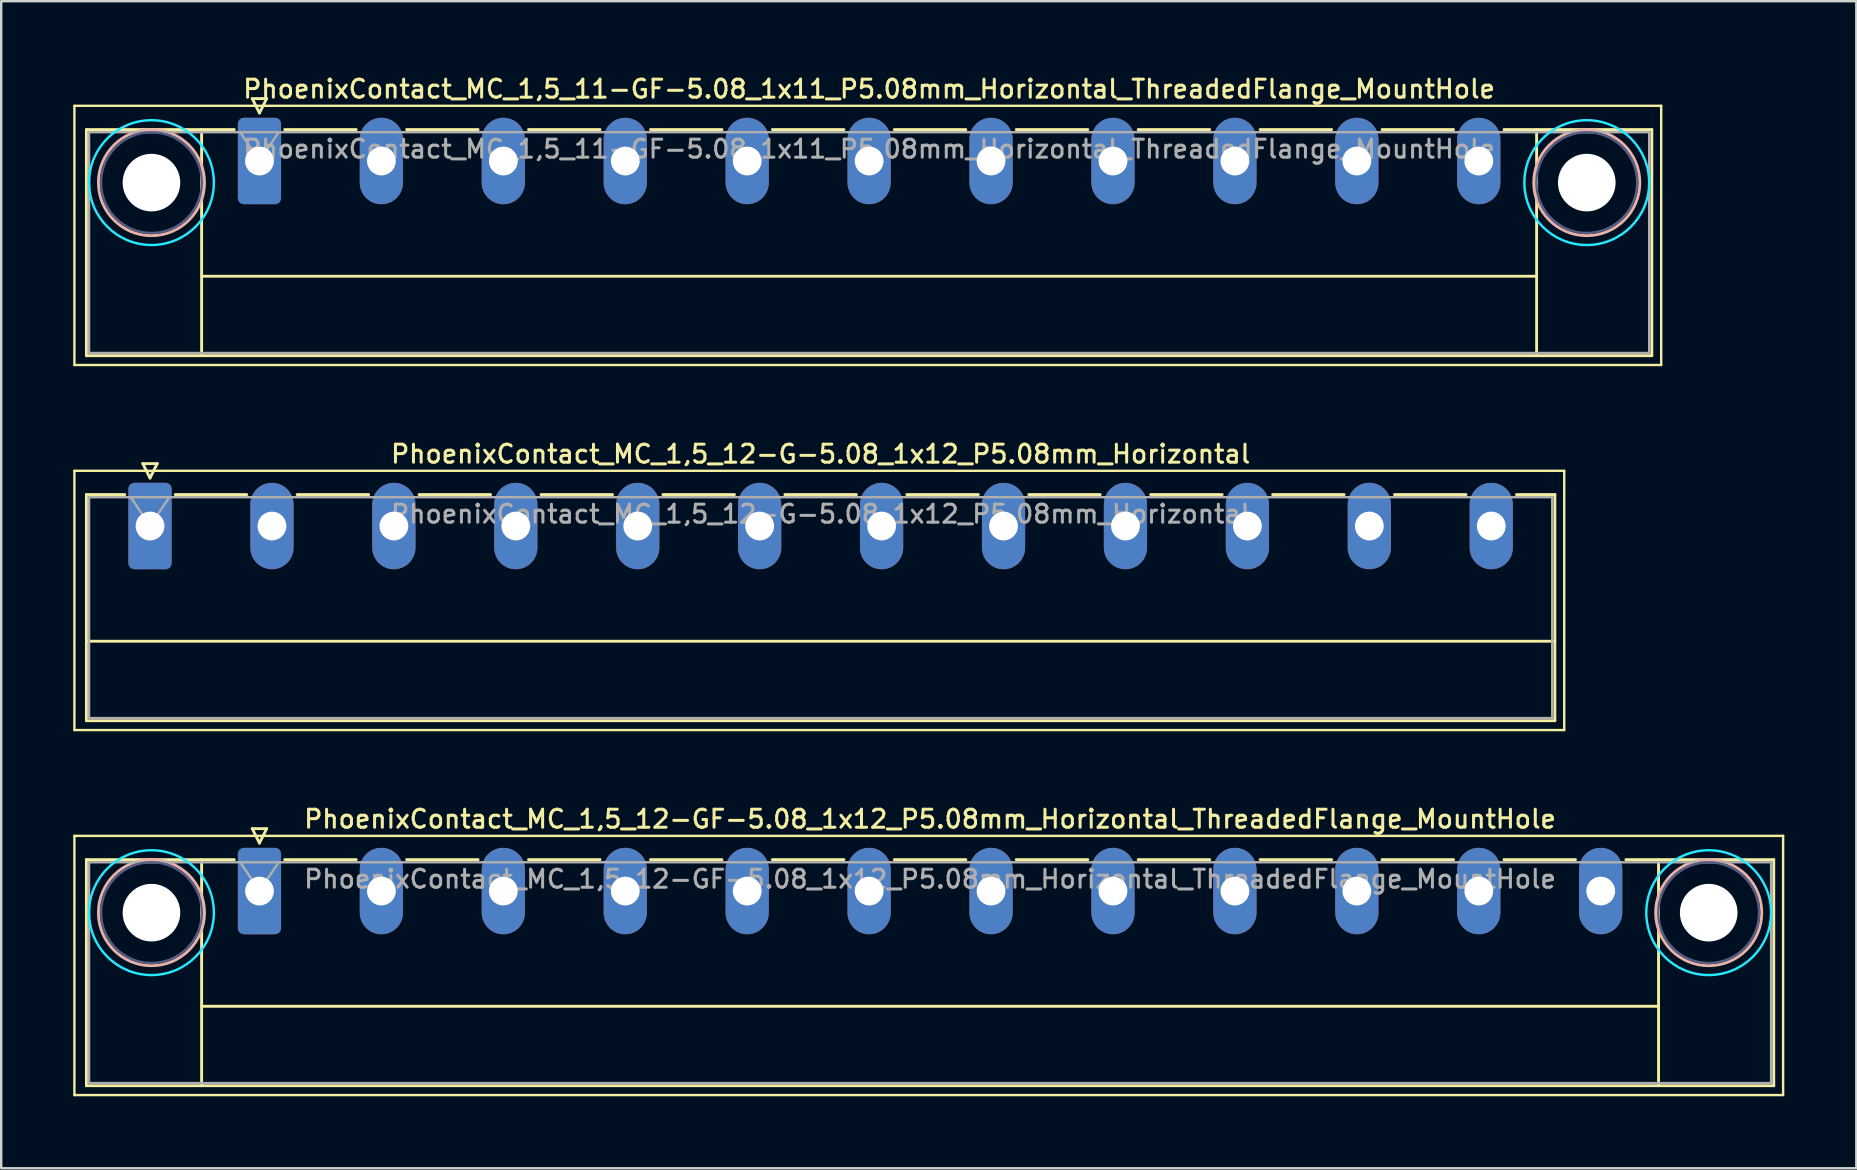
<source format=kicad_pcb>
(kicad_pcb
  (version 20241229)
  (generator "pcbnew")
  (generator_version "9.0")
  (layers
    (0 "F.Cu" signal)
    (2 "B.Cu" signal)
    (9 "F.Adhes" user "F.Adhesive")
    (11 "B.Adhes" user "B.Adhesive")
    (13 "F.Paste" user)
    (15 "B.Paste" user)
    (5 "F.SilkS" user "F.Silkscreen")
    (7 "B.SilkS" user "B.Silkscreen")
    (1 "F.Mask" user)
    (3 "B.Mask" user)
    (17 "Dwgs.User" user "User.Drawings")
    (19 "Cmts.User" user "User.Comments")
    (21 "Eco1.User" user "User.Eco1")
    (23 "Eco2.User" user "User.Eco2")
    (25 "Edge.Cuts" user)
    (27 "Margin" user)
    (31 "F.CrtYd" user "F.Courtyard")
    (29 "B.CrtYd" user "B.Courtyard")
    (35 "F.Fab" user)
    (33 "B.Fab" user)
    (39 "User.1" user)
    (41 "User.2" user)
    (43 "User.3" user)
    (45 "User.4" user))
  (footprint "PhoenixContact_MC_1,5_12-GF-5.08_1x12_P5.08mm_Horizontal_ThreadedFlange_MountHole"
    (layer "F.Cu")
    (at 7.76 34.074)
    (property "Reference" "PhoenixContact_MC_1,5_12-GF-5.08_1x12_P5.08mm_Horizontal_ThreadedFlange_MountHole" (at 27.94 -3 0) (layer "F.SilkS") (effects (font (size 0.75 0.75) (thickness 0.125))))
    (attr through_hole)
    (fp_line (start -7.71 -2.3) (end -7.71 8.5) (stroke (width 0.1) (type solid)) (layer "F.SilkS"))
    (fp_line (start -7.71 8.5) (end 63.48 8.5) (stroke (width 0.1) (type solid)) (layer "F.SilkS"))
    (fp_line (start -7.21 -1.31) (end -7.21 8.11) (stroke (width 0.12) (type solid)) (layer "F.SilkS"))
    (fp_line (start -7.21 -1.31) (end -1.05 -1.31) (stroke (width 0.12) (type solid)) (layer "F.SilkS"))
    (fp_line (start -7.21 8.11) (end 63.09 8.11) (stroke (width 0.12) (type solid)) (layer "F.SilkS"))
    (fp_line (start -2.41 -1.31) (end -2.41 8.11) (stroke (width 0.12) (type solid)) (layer "F.SilkS"))
    (fp_line (start -2.41 4.8) (end 58.29 4.8) (stroke (width 0.12) (type solid)) (layer "F.SilkS"))
    (fp_line (start -0.3 -2.6) (end 0.3 -2.6) (stroke (width 0.12) (type solid)) (layer "F.SilkS"))
    (fp_line (start 0 -2) (end -0.3 -2.6) (stroke (width 0.12) (type solid)) (layer "F.SilkS"))
    (fp_line (start 0.3 -2.6) (end 0 -2) (stroke (width 0.12) (type solid)) (layer "F.SilkS"))
    (fp_line (start 1.05 -1.31) (end 4.03 -1.31) (stroke (width 0.12) (type solid)) (layer "F.SilkS"))
    (fp_line (start 6.13 -1.31) (end 9.11 -1.31) (stroke (width 0.12) (type solid)) (layer "F.SilkS"))
    (fp_line (start 11.21 -1.31) (end 14.19 -1.31) (stroke (width 0.12) (type solid)) (layer "F.SilkS"))
    (fp_line (start 16.29 -1.31) (end 19.27 -1.31) (stroke (width 0.12) (type solid)) (layer "F.SilkS"))
    (fp_line (start 21.37 -1.31) (end 24.35 -1.31) (stroke (width 0.12) (type solid)) (layer "F.SilkS"))
    (fp_line (start 26.45 -1.31) (end 29.43 -1.31) (stroke (width 0.12) (type solid)) (layer "F.SilkS"))
    (fp_line (start 31.53 -1.31) (end 34.51 -1.31) (stroke (width 0.12) (type solid)) (layer "F.SilkS"))
    (fp_line (start 36.61 -1.31) (end 39.59 -1.31) (stroke (width 0.12) (type solid)) (layer "F.SilkS"))
    (fp_line (start 41.69 -1.31) (end 44.67 -1.31) (stroke (width 0.12) (type solid)) (layer "F.SilkS"))
    (fp_line (start 46.77 -1.31) (end 49.75 -1.31) (stroke (width 0.12) (type solid)) (layer "F.SilkS"))
    (fp_line (start 51.85 -1.31) (end 54.83 -1.31) (stroke (width 0.12) (type solid)) (layer "F.SilkS"))
    (fp_line (start 58.29 -1.31) (end 58.29 8.11) (stroke (width 0.12) (type solid)) (layer "F.SilkS"))
    (fp_line (start 63.09 -1.31) (end 56.93 -1.31) (stroke (width 0.12) (type solid)) (layer "F.SilkS"))
    (fp_line (start 63.09 8.11) (end 63.09 -1.31) (stroke (width 0.12) (type solid)) (layer "F.SilkS"))
    (fp_line (start 63.48 -2.3) (end -7.71 -2.3) (stroke (width 0.1) (type solid)) (layer "F.SilkS"))
    (fp_line (start 63.48 8.5) (end 63.48 -2.3) (stroke (width 0.1) (type solid)) (layer "F.SilkS"))
    (fp_circle (center -4.5 0.9) (end -2.29 0.9) (stroke (width 0.12) (type solid)) (fill no) (layer "B.SilkS"))
    (fp_circle (center 60.38 0.9) (end 62.59 0.9) (stroke (width 0.12) (type solid)) (fill no) (layer "B.SilkS"))
    (fp_circle (center -4.5 0.9) (end -1.9 0.9) (stroke (width 0.1) (type solid)) (fill no) (layer "B.CrtYd"))
    (fp_circle (center 60.38 0.9) (end 62.98 0.9) (stroke (width 0.1) (type solid)) (fill no) (layer "B.CrtYd"))
    (fp_circle (center -4.5 0.9) (end -2.4 0.9) (stroke (width 0.1) (type solid)) (fill no) (layer "B.Fab"))
    (fp_circle (center 60.38 0.9) (end 62.48 0.9) (stroke (width 0.1) (type solid)) (fill no) (layer "B.Fab"))
    (fp_line (start -7.1 -1.2) (end -7.1 8) (stroke (width 0.1) (type solid)) (layer "F.Fab"))
    (fp_line (start -7.1 8) (end 62.98 8) (stroke (width 0.1) (type solid)) (layer "F.Fab"))
    (fp_line (start 0 0) (end -0.8 -1.2) (stroke (width 0.1) (type solid)) (layer "F.Fab"))
    (fp_line (start 0.8 -1.2) (end 0 0) (stroke (width 0.1) (type solid)) (layer "F.Fab"))
    (fp_line (start 62.98 -1.2) (end -7.1 -1.2) (stroke (width 0.1) (type solid)) (layer "F.Fab"))
    (fp_line (start 62.98 8) (end 62.98 -1.2) (stroke (width 0.1) (type solid)) (layer "F.Fab"))
    (fp_text user "${REFERENCE}" (at 27.94 -0.5 0) (layer "F.Fab") (effects (font (size 0.75 0.75) (thickness 0.125))))
    (pad "" np_thru_hole circle (at -4.5 0.9) (size 2.4 2.4) (drill 2.4) (layers "*.Cu" "*.Mask"))
    (pad "" np_thru_hole circle (at 60.38 0.9) (size 2.4 2.4) (drill 2.4) (layers "*.Cu" "*.Mask"))
    (pad "1" thru_hole roundrect (at 0 0) (size 1.8 3.6) (drill 1.2) (layers "*.Cu" "*.Mask") (roundrect_rratio 0.139))
    (pad "2" thru_hole oval (at 5.08 0) (size 1.8 3.6) (drill 1.2) (layers "*.Cu" "*.Mask"))
    (pad "3" thru_hole oval (at 10.16 0) (size 1.8 3.6) (drill 1.2) (layers "*.Cu" "*.Mask"))
    (pad "4" thru_hole oval (at 15.24 0) (size 1.8 3.6) (drill 1.2) (layers "*.Cu" "*.Mask"))
    (pad "5" thru_hole oval (at 20.32 0) (size 1.8 3.6) (drill 1.2) (layers "*.Cu" "*.Mask"))
    (pad "6" thru_hole oval (at 25.4 0) (size 1.8 3.6) (drill 1.2) (layers "*.Cu" "*.Mask"))
    (pad "7" thru_hole oval (at 30.48 0) (size 1.8 3.6) (drill 1.2) (layers "*.Cu" "*.Mask"))
    (pad "8" thru_hole oval (at 35.56 0) (size 1.8 3.6) (drill 1.2) (layers "*.Cu" "*.Mask"))
    (pad "9" thru_hole oval (at 40.64 0) (size 1.8 3.6) (drill 1.2) (layers "*.Cu" "*.Mask"))
    (pad "10" thru_hole oval (at 45.72 0) (size 1.8 3.6) (drill 1.2) (layers "*.Cu" "*.Mask"))
    (pad "11" thru_hole oval (at 50.8 0) (size 1.8 3.6) (drill 1.2) (layers "*.Cu" "*.Mask"))
    (pad "12" thru_hole oval (at 55.88 0) (size 1.8 3.6) (drill 1.2) (layers "*.Cu" "*.Mask")))
  (footprint "PhoenixContact_MC_1,5_12-G-5.08_1x12_P5.08mm_Horizontal"
    (layer "F.Cu")
    (at 3.2 18.866)
    (property "Reference" "PhoenixContact_MC_1,5_12-G-5.08_1x12_P5.08mm_Horizontal" (at 27.94 -3 0) (layer "F.SilkS") (effects (font (size 0.75 0.75) (thickness 0.125))))
    (attr through_hole)
    (fp_line (start -3.15 -2.3) (end -3.15 8.5) (stroke (width 0.1) (type solid)) (layer "F.SilkS"))
    (fp_line (start -3.15 8.5) (end 58.92 8.5) (stroke (width 0.1) (type solid)) (layer "F.SilkS"))
    (fp_line (start -2.65 -1.31) (end -2.65 8.11) (stroke (width 0.12) (type solid)) (layer "F.SilkS"))
    (fp_line (start -2.65 -1.31) (end -1.05 -1.31) (stroke (width 0.12) (type solid)) (layer "F.SilkS"))
    (fp_line (start -2.65 4.8) (end 58.53 4.8) (stroke (width 0.12) (type solid)) (layer "F.SilkS"))
    (fp_line (start -2.65 8.11) (end 58.53 8.11) (stroke (width 0.12) (type solid)) (layer "F.SilkS"))
    (fp_line (start -0.3 -2.6) (end 0.3 -2.6) (stroke (width 0.12) (type solid)) (layer "F.SilkS"))
    (fp_line (start 0 -2) (end -0.3 -2.6) (stroke (width 0.12) (type solid)) (layer "F.SilkS"))
    (fp_line (start 0.3 -2.6) (end 0 -2) (stroke (width 0.12) (type solid)) (layer "F.SilkS"))
    (fp_line (start 1.05 -1.31) (end 4.03 -1.31) (stroke (width 0.12) (type solid)) (layer "F.SilkS"))
    (fp_line (start 6.13 -1.31) (end 9.11 -1.31) (stroke (width 0.12) (type solid)) (layer "F.SilkS"))
    (fp_line (start 11.21 -1.31) (end 14.19 -1.31) (stroke (width 0.12) (type solid)) (layer "F.SilkS"))
    (fp_line (start 16.29 -1.31) (end 19.27 -1.31) (stroke (width 0.12) (type solid)) (layer "F.SilkS"))
    (fp_line (start 21.37 -1.31) (end 24.35 -1.31) (stroke (width 0.12) (type solid)) (layer "F.SilkS"))
    (fp_line (start 26.45 -1.31) (end 29.43 -1.31) (stroke (width 0.12) (type solid)) (layer "F.SilkS"))
    (fp_line (start 31.53 -1.31) (end 34.51 -1.31) (stroke (width 0.12) (type solid)) (layer "F.SilkS"))
    (fp_line (start 36.61 -1.31) (end 39.59 -1.31) (stroke (width 0.12) (type solid)) (layer "F.SilkS"))
    (fp_line (start 41.69 -1.31) (end 44.67 -1.31) (stroke (width 0.12) (type solid)) (layer "F.SilkS"))
    (fp_line (start 46.77 -1.31) (end 49.75 -1.31) (stroke (width 0.12) (type solid)) (layer "F.SilkS"))
    (fp_line (start 51.85 -1.31) (end 54.83 -1.31) (stroke (width 0.12) (type solid)) (layer "F.SilkS"))
    (fp_line (start 58.53 -1.31) (end 56.93 -1.31) (stroke (width 0.12) (type solid)) (layer "F.SilkS"))
    (fp_line (start 58.53 8.11) (end 58.53 -1.31) (stroke (width 0.12) (type solid)) (layer "F.SilkS"))
    (fp_line (start 58.92 -2.3) (end -3.15 -2.3) (stroke (width 0.1) (type solid)) (layer "F.SilkS"))
    (fp_line (start 58.92 8.5) (end 58.92 -2.3) (stroke (width 0.1) (type solid)) (layer "F.SilkS"))
    (fp_line (start -2.54 -1.2) (end -2.54 8) (stroke (width 0.1) (type solid)) (layer "F.Fab"))
    (fp_line (start -2.54 8) (end 58.42 8) (stroke (width 0.1) (type solid)) (layer "F.Fab"))
    (fp_line (start 0 0) (end -0.8 -1.2) (stroke (width 0.1) (type solid)) (layer "F.Fab"))
    (fp_line (start 0.8 -1.2) (end 0 0) (stroke (width 0.1) (type solid)) (layer "F.Fab"))
    (fp_line (start 58.42 -1.2) (end -2.54 -1.2) (stroke (width 0.1) (type solid)) (layer "F.Fab"))
    (fp_line (start 58.42 8) (end 58.42 -1.2) (stroke (width 0.1) (type solid)) (layer "F.Fab"))
    (fp_text user "${REFERENCE}" (at 27.94 -0.5 0) (layer "F.Fab") (effects (font (size 0.75 0.75) (thickness 0.125))))
    (pad "1" thru_hole roundrect (at 0 0) (size 1.8 3.6) (drill 1.2) (layers "*.Cu" "*.Mask") (roundrect_rratio 0.139))
    (pad "2" thru_hole oval (at 5.08 0) (size 1.8 3.6) (drill 1.2) (layers "*.Cu" "*.Mask"))
    (pad "3" thru_hole oval (at 10.16 0) (size 1.8 3.6) (drill 1.2) (layers "*.Cu" "*.Mask"))
    (pad "4" thru_hole oval (at 15.24 0) (size 1.8 3.6) (drill 1.2) (layers "*.Cu" "*.Mask"))
    (pad "5" thru_hole oval (at 20.32 0) (size 1.8 3.6) (drill 1.2) (layers "*.Cu" "*.Mask"))
    (pad "6" thru_hole oval (at 25.4 0) (size 1.8 3.6) (drill 1.2) (layers "*.Cu" "*.Mask"))
    (pad "7" thru_hole oval (at 30.48 0) (size 1.8 3.6) (drill 1.2) (layers "*.Cu" "*.Mask"))
    (pad "8" thru_hole oval (at 35.56 0) (size 1.8 3.6) (drill 1.2) (layers "*.Cu" "*.Mask"))
    (pad "9" thru_hole oval (at 40.64 0) (size 1.8 3.6) (drill 1.2) (layers "*.Cu" "*.Mask"))
    (pad "10" thru_hole oval (at 45.72 0) (size 1.8 3.6) (drill 1.2) (layers "*.Cu" "*.Mask"))
    (pad "11" thru_hole oval (at 50.8 0) (size 1.8 3.6) (drill 1.2) (layers "*.Cu" "*.Mask"))
    (pad "12" thru_hole oval (at 55.88 0) (size 1.8 3.6) (drill 1.2) (layers "*.Cu" "*.Mask")))
  (footprint "PhoenixContact_MC_1,5_11-GF-5.08_1x11_P5.08mm_Horizontal_ThreadedFlange_MountHole"
    (layer "F.Cu")
    (at 7.76 3.658)
    (property "Reference" "PhoenixContact_MC_1,5_11-GF-5.08_1x11_P5.08mm_Horizontal_ThreadedFlange_MountHole" (at 25.4 -3 0) (layer "F.SilkS") (effects (font (size 0.75 0.75) (thickness 0.125))))
    (attr through_hole)
    (fp_line (start -7.71 -2.3) (end -7.71 8.5) (stroke (width 0.1) (type solid)) (layer "F.SilkS"))
    (fp_line (start -7.71 8.5) (end 58.4 8.5) (stroke (width 0.1) (type solid)) (layer "F.SilkS"))
    (fp_line (start -7.21 -1.31) (end -7.21 8.11) (stroke (width 0.12) (type solid)) (layer "F.SilkS"))
    (fp_line (start -7.21 -1.31) (end -1.05 -1.31) (stroke (width 0.12) (type solid)) (layer "F.SilkS"))
    (fp_line (start -7.21 8.11) (end 58.01 8.11) (stroke (width 0.12) (type solid)) (layer "F.SilkS"))
    (fp_line (start -2.41 -1.31) (end -2.41 8.11) (stroke (width 0.12) (type solid)) (layer "F.SilkS"))
    (fp_line (start -2.41 4.8) (end 53.21 4.8) (stroke (width 0.12) (type solid)) (layer "F.SilkS"))
    (fp_line (start -0.3 -2.6) (end 0.3 -2.6) (stroke (width 0.12) (type solid)) (layer "F.SilkS"))
    (fp_line (start 0 -2) (end -0.3 -2.6) (stroke (width 0.12) (type solid)) (layer "F.SilkS"))
    (fp_line (start 0.3 -2.6) (end 0 -2) (stroke (width 0.12) (type solid)) (layer "F.SilkS"))
    (fp_line (start 1.05 -1.31) (end 4.03 -1.31) (stroke (width 0.12) (type solid)) (layer "F.SilkS"))
    (fp_line (start 6.13 -1.31) (end 9.11 -1.31) (stroke (width 0.12) (type solid)) (layer "F.SilkS"))
    (fp_line (start 11.21 -1.31) (end 14.19 -1.31) (stroke (width 0.12) (type solid)) (layer "F.SilkS"))
    (fp_line (start 16.29 -1.31) (end 19.27 -1.31) (stroke (width 0.12) (type solid)) (layer "F.SilkS"))
    (fp_line (start 21.37 -1.31) (end 24.35 -1.31) (stroke (width 0.12) (type solid)) (layer "F.SilkS"))
    (fp_line (start 26.45 -1.31) (end 29.43 -1.31) (stroke (width 0.12) (type solid)) (layer "F.SilkS"))
    (fp_line (start 31.53 -1.31) (end 34.51 -1.31) (stroke (width 0.12) (type solid)) (layer "F.SilkS"))
    (fp_line (start 36.61 -1.31) (end 39.59 -1.31) (stroke (width 0.12) (type solid)) (layer "F.SilkS"))
    (fp_line (start 41.69 -1.31) (end 44.67 -1.31) (stroke (width 0.12) (type solid)) (layer "F.SilkS"))
    (fp_line (start 46.77 -1.31) (end 49.75 -1.31) (stroke (width 0.12) (type solid)) (layer "F.SilkS"))
    (fp_line (start 53.21 -1.31) (end 53.21 8.11) (stroke (width 0.12) (type solid)) (layer "F.SilkS"))
    (fp_line (start 58.01 -1.31) (end 51.85 -1.31) (stroke (width 0.12) (type solid)) (layer "F.SilkS"))
    (fp_line (start 58.01 8.11) (end 58.01 -1.31) (stroke (width 0.12) (type solid)) (layer "F.SilkS"))
    (fp_line (start 58.4 -2.3) (end -7.71 -2.3) (stroke (width 0.1) (type solid)) (layer "F.SilkS"))
    (fp_line (start 58.4 8.5) (end 58.4 -2.3) (stroke (width 0.1) (type solid)) (layer "F.SilkS"))
    (fp_circle (center -4.5 0.9) (end -2.29 0.9) (stroke (width 0.12) (type solid)) (fill no) (layer "B.SilkS"))
    (fp_circle (center 55.3 0.9) (end 57.51 0.9) (stroke (width 0.12) (type solid)) (fill no) (layer "B.SilkS"))
    (fp_circle (center -4.5 0.9) (end -1.9 0.9) (stroke (width 0.1) (type solid)) (fill no) (layer "B.CrtYd"))
    (fp_circle (center 55.3 0.9) (end 57.9 0.9) (stroke (width 0.1) (type solid)) (fill no) (layer "B.CrtYd"))
    (fp_circle (center -4.5 0.9) (end -2.4 0.9) (stroke (width 0.1) (type solid)) (fill no) (layer "B.Fab"))
    (fp_circle (center 55.3 0.9) (end 57.4 0.9) (stroke (width 0.1) (type solid)) (fill no) (layer "B.Fab"))
    (fp_line (start -7.1 -1.2) (end -7.1 8) (stroke (width 0.1) (type solid)) (layer "F.Fab"))
    (fp_line (start -7.1 8) (end 57.9 8) (stroke (width 0.1) (type solid)) (layer "F.Fab"))
    (fp_line (start 0 0) (end -0.8 -1.2) (stroke (width 0.1) (type solid)) (layer "F.Fab"))
    (fp_line (start 0.8 -1.2) (end 0 0) (stroke (width 0.1) (type solid)) (layer "F.Fab"))
    (fp_line (start 57.9 -1.2) (end -7.1 -1.2) (stroke (width 0.1) (type solid)) (layer "F.Fab"))
    (fp_line (start 57.9 8) (end 57.9 -1.2) (stroke (width 0.1) (type solid)) (layer "F.Fab"))
    (fp_text user "${REFERENCE}" (at 25.4 -0.5 0) (layer "F.Fab") (effects (font (size 0.75 0.75) (thickness 0.125))))
    (pad "" np_thru_hole circle (at -4.5 0.9) (size 2.4 2.4) (drill 2.4) (layers "*.Cu" "*.Mask"))
    (pad "" np_thru_hole circle (at 55.3 0.9) (size 2.4 2.4) (drill 2.4) (layers "*.Cu" "*.Mask"))
    (pad "1" thru_hole roundrect (at 0 0) (size 1.8 3.6) (drill 1.2) (layers "*.Cu" "*.Mask") (roundrect_rratio 0.139))
    (pad "2" thru_hole oval (at 5.08 0) (size 1.8 3.6) (drill 1.2) (layers "*.Cu" "*.Mask"))
    (pad "3" thru_hole oval (at 10.16 0) (size 1.8 3.6) (drill 1.2) (layers "*.Cu" "*.Mask"))
    (pad "4" thru_hole oval (at 15.24 0) (size 1.8 3.6) (drill 1.2) (layers "*.Cu" "*.Mask"))
    (pad "5" thru_hole oval (at 20.32 0) (size 1.8 3.6) (drill 1.2) (layers "*.Cu" "*.Mask"))
    (pad "6" thru_hole oval (at 25.4 0) (size 1.8 3.6) (drill 1.2) (layers "*.Cu" "*.Mask"))
    (pad "7" thru_hole oval (at 30.48 0) (size 1.8 3.6) (drill 1.2) (layers "*.Cu" "*.Mask"))
    (pad "8" thru_hole oval (at 35.56 0) (size 1.8 3.6) (drill 1.2) (layers "*.Cu" "*.Mask"))
    (pad "9" thru_hole oval (at 40.64 0) (size 1.8 3.6) (drill 1.2) (layers "*.Cu" "*.Mask"))
    (pad "10" thru_hole oval (at 45.72 0) (size 1.8 3.6) (drill 1.2) (layers "*.Cu" "*.Mask"))
    (pad "11" thru_hole oval (at 50.8 0) (size 1.8 3.6) (drill 1.2) (layers "*.Cu" "*.Mask")))
  (gr_rect
    (start -3 -3)
    (end 74.29 45.624)
    (stroke (width 0.1) (type default))
    (fill no)
    (layer "Edge.Cuts")))
</source>
